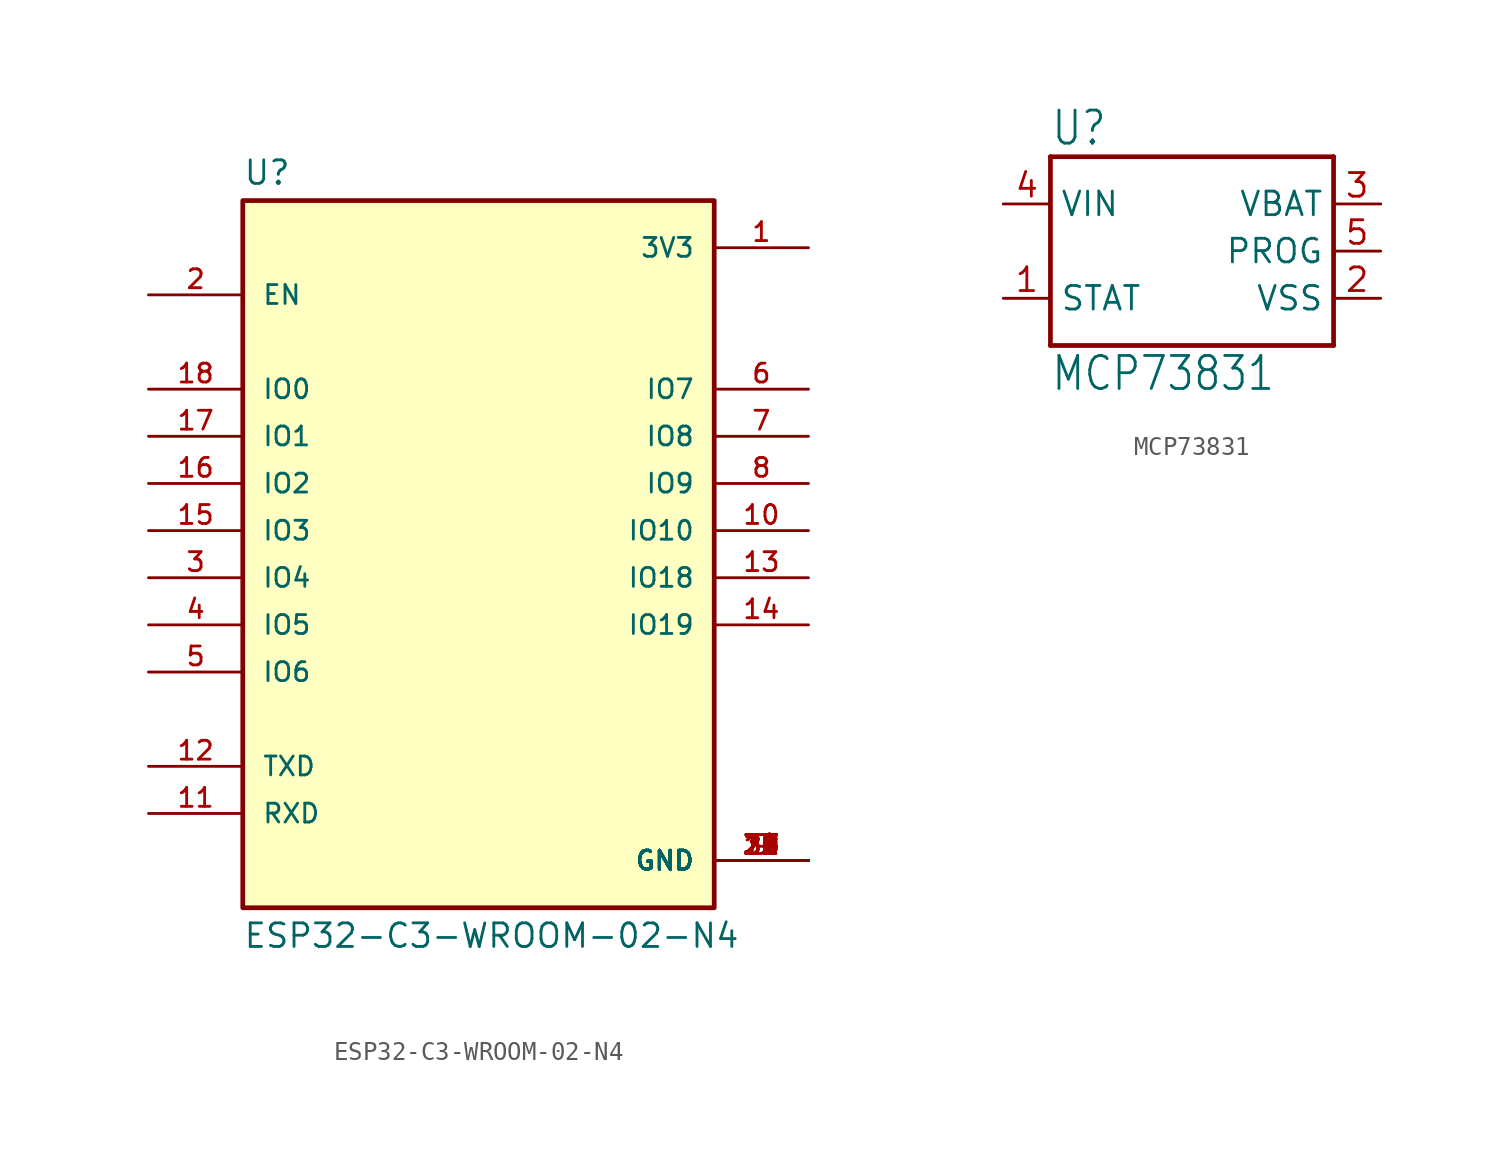
<source format=kicad_sym>
(kicad_symbol_lib
  (version 20211014)
  (generator kicad_symbol_editor)
  (symbol "ESP32-C3-WROOM-02-N4"
    (pin_names
      (offset 1.016))
    (property "Reference" "U"
      (at -12.7 21.082 0)
      (effects (font (size 1.27 1.27)) (justify left bottom)))
    (property "Value" "ESP32-C3-WROOM-02-N4"
      (at -12.7 -18.542 0)
      (effects (font (size 1.27 1.27)) (justify left top)))
    (symbol "ESP32-C3-WROOM-02-N4_0_0"
      (rectangle (start -12.7 -17.78) (end 12.7 20.32) (stroke (width 0.254) (type default) (color 0 0 0 0)) (fill (type background)))
      (pin power_in line (at 17.78 17.78 180) (length 5.08) (name "3V3" (effects (font (size 1.016 1.016)))) (number "1" (effects (font (size 1.016 1.016)))))
      (pin bidirectional line (at 17.78 2.54 180) (length 5.08) (name "IO10" (effects (font (size 1.016 1.016)))) (number "10" (effects (font (size 1.016 1.016)))))
      (pin bidirectional line (at -17.78 -12.7 0) (length 5.08) (name "RXD" (effects (font (size 1.016 1.016)))) (number "11" (effects (font (size 1.016 1.016)))))
      (pin bidirectional line (at -17.78 -10.16 0) (length 5.08) (name "TXD" (effects (font (size 1.016 1.016)))) (number "12" (effects (font (size 1.016 1.016)))))
      (pin bidirectional line (at 17.78 0 180) (length 5.08) (name "IO18" (effects (font (size 1.016 1.016)))) (number "13" (effects (font (size 1.016 1.016)))))
      (pin bidirectional line (at 17.78 -2.54 180) (length 5.08) (name "IO19" (effects (font (size 1.016 1.016)))) (number "14" (effects (font (size 1.016 1.016)))))
      (pin bidirectional line (at -17.78 2.54 0) (length 5.08) (name "IO3" (effects (font (size 1.016 1.016)))) (number "15" (effects (font (size 1.016 1.016)))))
      (pin bidirectional line (at -17.78 5.08 0) (length 5.08) (name "IO2" (effects (font (size 1.016 1.016)))) (number "16" (effects (font (size 1.016 1.016)))))
      (pin bidirectional line (at -17.78 7.62 0) (length 5.08) (name "IO1" (effects (font (size 1.016 1.016)))) (number "17" (effects (font (size 1.016 1.016)))))
      (pin bidirectional line (at -17.78 10.16 0) (length 5.08) (name "IO0" (effects (font (size 1.016 1.016)))) (number "18" (effects (font (size 1.016 1.016)))))
      (pin power_in line (at 17.78 -15.24 180) (length 5.08) (name "GND" (effects (font (size 1.016 1.016)))) (number "19" (effects (font (size 1.016 1.016)))))
      (pin input line (at -17.78 15.24 0) (length 5.08) (name "EN" (effects (font (size 1.016 1.016)))) (number "2" (effects (font (size 1.016 1.016)))))
      (pin power_in line (at 17.78 -15.24 180) (length 5.08) (name "GND" (effects (font (size 1.016 1.016)))) (number "20" (effects (font (size 1.016 1.016)))))
      (pin power_in line (at 17.78 -15.24 180) (length 5.08) (name "GND" (effects (font (size 1.016 1.016)))) (number "21" (effects (font (size 1.016 1.016)))))
      (pin power_in line (at 17.78 -15.24 180) (length 5.08) (name "GND" (effects (font (size 1.016 1.016)))) (number "22" (effects (font (size 1.016 1.016)))))
      (pin power_in line (at 17.78 -15.24 180) (length 5.08) (name "GND" (effects (font (size 1.016 1.016)))) (number "23" (effects (font (size 1.016 1.016)))))
      (pin power_in line (at 17.78 -15.24 180) (length 5.08) (name "GND" (effects (font (size 1.016 1.016)))) (number "24" (effects (font (size 1.016 1.016)))))
      (pin power_in line (at 17.78 -15.24 180) (length 5.08) (name "GND" (effects (font (size 1.016 1.016)))) (number "25" (effects (font (size 1.016 1.016)))))
      (pin power_in line (at 17.78 -15.24 180) (length 5.08) (name "GND" (effects (font (size 1.016 1.016)))) (number "26" (effects (font (size 1.016 1.016)))))
      (pin power_in line (at 17.78 -15.24 180) (length 5.08) (name "GND" (effects (font (size 1.016 1.016)))) (number "27" (effects (font (size 1.016 1.016)))))
      (pin power_in line (at 17.78 -15.24 180) (length 5.08) (name "GND" (effects (font (size 1.016 1.016)))) (number "28" (effects (font (size 1.016 1.016)))))
      (pin power_in line (at 17.78 -15.24 180) (length 5.08) (name "GND" (effects (font (size 1.016 1.016)))) (number "29" (effects (font (size 1.016 1.016)))))
      (pin bidirectional line (at -17.78 0 0) (length 5.08) (name "IO4" (effects (font (size 1.016 1.016)))) (number "3" (effects (font (size 1.016 1.016)))))
      (pin power_in line (at 17.78 -15.24 180) (length 5.08) (name "GND" (effects (font (size 1.016 1.016)))) (number "30" (effects (font (size 1.016 1.016)))))
      (pin power_in line (at 17.78 -15.24 180) (length 5.08) (name "GND" (effects (font (size 1.016 1.016)))) (number "31" (effects (font (size 1.016 1.016)))))
      (pin power_in line (at 17.78 -15.24 180) (length 5.08) (name "GND" (effects (font (size 1.016 1.016)))) (number "32" (effects (font (size 1.016 1.016)))))
      (pin power_in line (at 17.78 -15.24 180) (length 5.08) (name "GND" (effects (font (size 1.016 1.016)))) (number "33" (effects (font (size 1.016 1.016)))))
      (pin power_in line (at 17.78 -15.24 180) (length 5.08) (name "GND" (effects (font (size 1.016 1.016)))) (number "34" (effects (font (size 1.016 1.016)))))
      (pin power_in line (at 17.78 -15.24 180) (length 5.08) (name "GND" (effects (font (size 1.016 1.016)))) (number "35" (effects (font (size 1.016 1.016)))))
      (pin power_in line (at 17.78 -15.24 180) (length 5.08) (name "GND" (effects (font (size 1.016 1.016)))) (number "36" (effects (font (size 1.016 1.016)))))
      (pin power_in line (at 17.78 -15.24 180) (length 5.08) (name "GND" (effects (font (size 1.016 1.016)))) (number "37" (effects (font (size 1.016 1.016)))))
      (pin power_in line (at 17.78 -15.24 180) (length 5.08) (name "GND" (effects (font (size 1.016 1.016)))) (number "38" (effects (font (size 1.016 1.016)))))
      (pin power_in line (at 17.78 -15.24 180) (length 5.08) (name "GND" (effects (font (size 1.016 1.016)))) (number "39" (effects (font (size 1.016 1.016)))))
      (pin bidirectional line (at -17.78 -2.54 0) (length 5.08) (name "IO5" (effects (font (size 1.016 1.016)))) (number "4" (effects (font (size 1.016 1.016)))))
      (pin bidirectional line (at -17.78 -5.08 0) (length 5.08) (name "IO6" (effects (font (size 1.016 1.016)))) (number "5" (effects (font (size 1.016 1.016)))))
      (pin bidirectional line (at 17.78 10.16 180) (length 5.08) (name "IO7" (effects (font (size 1.016 1.016)))) (number "6" (effects (font (size 1.016 1.016)))))
      (pin bidirectional line (at 17.78 7.62 180) (length 5.08) (name "IO8" (effects (font (size 1.016 1.016)))) (number "7" (effects (font (size 1.016 1.016)))))
      (pin bidirectional line (at 17.78 5.08 180) (length 5.08) (name "IO9" (effects (font (size 1.016 1.016)))) (number "8" (effects (font (size 1.016 1.016)))))
      (pin power_in line (at 17.78 -15.24 180) (length 5.08) (name "GND" (effects (font (size 1.016 1.016)))) (number "9" (effects (font (size 1.016 1.016)))))))
  (symbol "MCP73831"
    (property "Reference" "U"
      (at -7.62 5.588 0)
      (effects (font (size 1.778 1.511)) (justify left bottom)))
    (property "Value" "MCP73831"
      (at -7.62 -7.62 0)
      (effects (font (size 1.778 1.511)) (justify left bottom)))
    (property "ki_locked" ""
      (at 0 0 0)
      (effects (font (size 1.27 1.27))))
    (symbol "MCP73831_1_0"
      (polyline (pts (xy -7.62 -5.08) (xy -7.62 5.08)) (stroke (width 0.254) (type default) (color 0 0 0 0)) (fill (type none)))
      (polyline (pts (xy -7.62 5.08) (xy 7.62 5.08)) (stroke (width 0.254) (type default) (color 0 0 0 0)) (fill (type none)))
      (polyline (pts (xy 7.62 -5.08) (xy -7.62 -5.08)) (stroke (width 0.254) (type default) (color 0 0 0 0)) (fill (type none)))
      (polyline (pts (xy 7.62 5.08) (xy 7.62 -5.08)) (stroke (width 0.254) (type default) (color 0 0 0 0)) (fill (type none)))
      (pin output line (at -10.16 -2.54 0) (length 2.54) (name "STAT" (effects (font (size 1.27 1.27)))) (number "1" (effects (font (size 1.27 1.27)))))
      (pin power_in line (at 10.16 -2.54 180) (length 2.54) (name "VSS" (effects (font (size 1.27 1.27)))) (number "2" (effects (font (size 1.27 1.27)))))
      (pin power_in line (at 10.16 2.54 180) (length 2.54) (name "VBAT" (effects (font (size 1.27 1.27)))) (number "3" (effects (font (size 1.27 1.27)))))
      (pin power_in line (at -10.16 2.54 0) (length 2.54) (name "VIN" (effects (font (size 1.27 1.27)))) (number "4" (effects (font (size 1.27 1.27)))))
      (pin input line (at 10.16 0 180) (length 2.54) (name "PROG" (effects (font (size 1.27 1.27)))) (number "5" (effects (font (size 1.27 1.27))))))))
</source>
